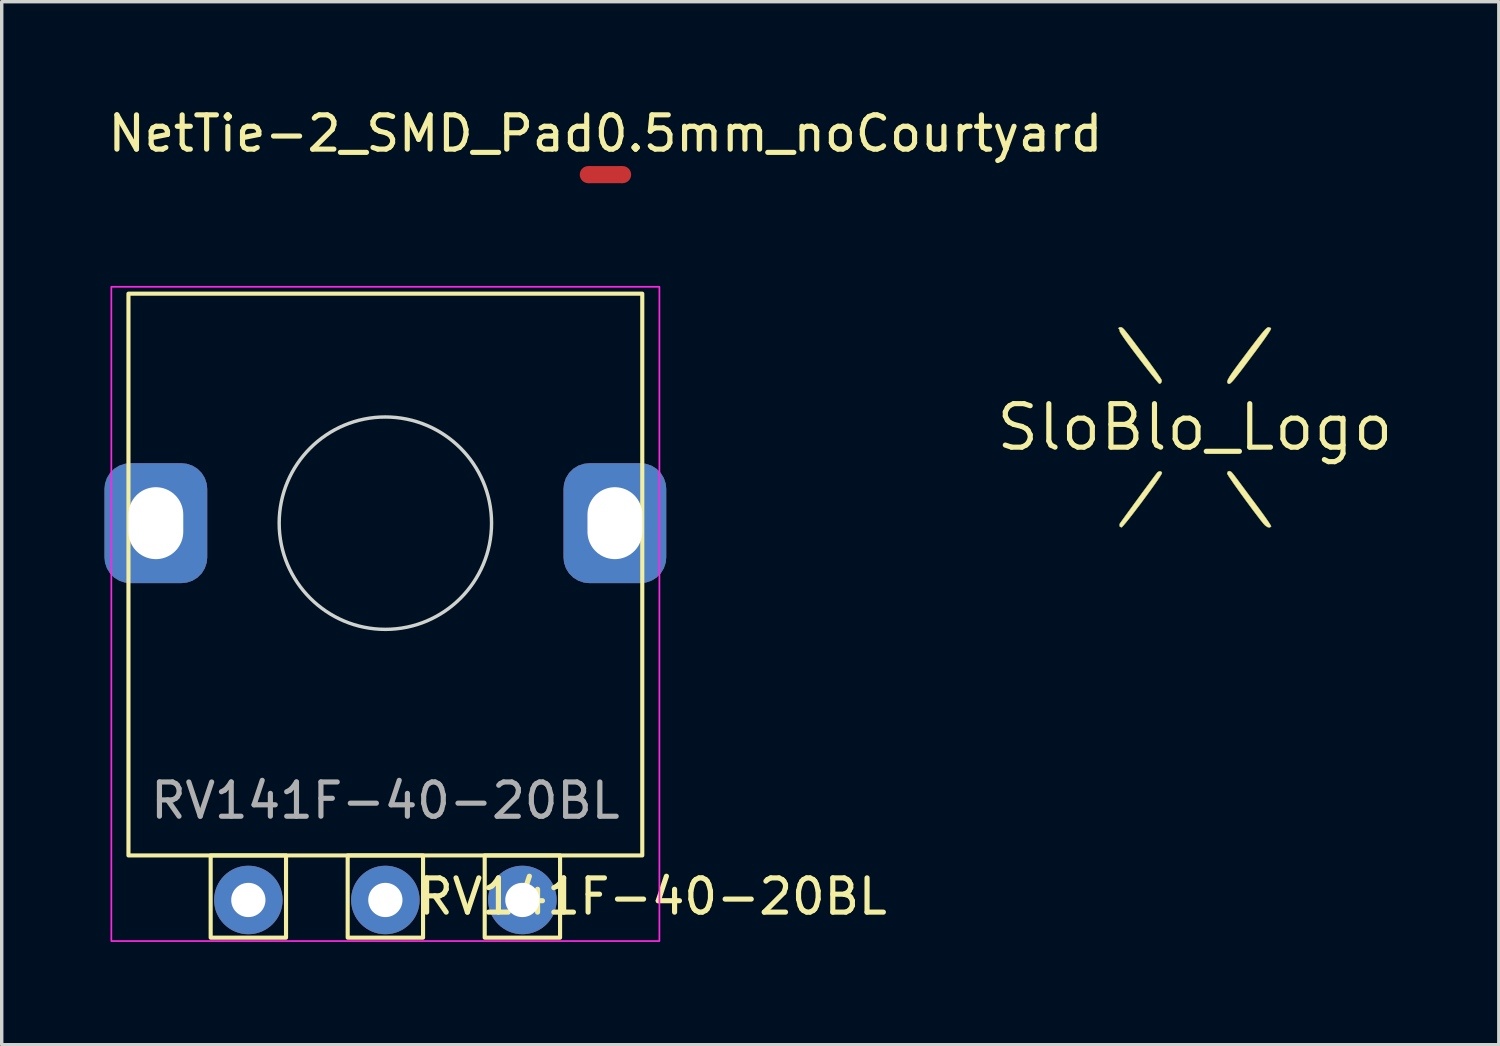
<source format=kicad_pcb>
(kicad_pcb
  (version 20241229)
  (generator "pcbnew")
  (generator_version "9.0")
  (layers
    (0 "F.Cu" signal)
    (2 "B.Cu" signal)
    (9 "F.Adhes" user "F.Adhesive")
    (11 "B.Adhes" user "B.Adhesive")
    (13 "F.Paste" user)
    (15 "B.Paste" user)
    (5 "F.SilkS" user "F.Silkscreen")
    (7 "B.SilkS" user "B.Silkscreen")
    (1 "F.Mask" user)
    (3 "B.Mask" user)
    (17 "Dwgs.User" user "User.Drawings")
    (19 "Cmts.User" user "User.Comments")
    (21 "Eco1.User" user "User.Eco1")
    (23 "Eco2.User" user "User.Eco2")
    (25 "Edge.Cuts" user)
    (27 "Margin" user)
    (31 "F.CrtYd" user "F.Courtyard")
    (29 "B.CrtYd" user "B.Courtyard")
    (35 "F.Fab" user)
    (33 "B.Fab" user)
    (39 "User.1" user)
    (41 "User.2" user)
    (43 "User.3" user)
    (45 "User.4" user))
  (footprint "SloBlo_Logo"
    (layer "F.Cu")
    (at 31.832 9.424)
    (property "Reference" "SloBlo_Logo" (at 0 0 0) (layer "F.SilkS") (effects (font (size 1.27 1.27) (thickness 0.15))))
    (attr through_hole)
    (fp_poly (pts (xy 0.156 0.762) (xy 0.563 0.762) (xy 0.563 1.295) (xy -0.53 1.295) (xy -0.53 -1.321) (xy 0.156 -1.321) (xy 0.156 0.762)) (stroke (width 0.01) (type solid)) (fill yes) (layer "F.Mask"))
    (fp_poly (pts (xy -0.022 -3.873) (xy -0.024 -3.76) (xy -0.031 -3.678) (xy -0.042 -3.636) (xy -0.047 -3.632) (xy -0.059 -3.608) (xy -0.067 -3.54) (xy -0.072 -3.435) (xy -0.072 -3.365) (xy -0.07 -3.243) (xy -0.064 -3.155) (xy -0.054 -3.106) (xy -0.047 -3.099) (xy -0.035 -3.075) (xy -0.026 -3.009) (xy -0.022 -2.911) (xy -0.022 -2.883) (xy -0.024 -2.778) (xy -0.032 -2.703) (xy -0.044 -2.668) (xy -0.047 -2.667) (xy -0.058 -2.642) (xy -0.066 -2.572) (xy -0.071 -2.461) (xy -0.072 -2.324) (xy -0.071 -2.179) (xy -0.065 -2.071) (xy -0.057 -2.003) (xy -0.047 -1.981) (xy -0.035 -1.957) (xy -0.026 -1.89) (xy -0.022 -1.788) (xy -0.022 -1.74) (xy -0.022 -1.499) (xy -0.784 -1.499) (xy -0.784 -4.115) (xy -0.022 -4.115) (xy -0.022 -3.873)) (stroke (width 0.01) (type solid)) (fill yes) (layer "F.Mask"))
    (fp_poly (pts (xy 2.016 0.435) (xy 2.019 0.591) (xy 2.024 0.704) (xy 2.03 0.781) (xy 2.039 0.83) (xy 2.051 0.858) (xy 2.067 0.873) (xy 2.103 0.889) (xy 2.131 0.882) (xy 2.152 0.847) (xy 2.166 0.779) (xy 2.176 0.672) (xy 2.182 0.523) (xy 2.185 0.431) (xy 2.194 0.025) (xy 2.874 0.025) (xy 2.874 0.389) (xy 2.871 0.585) (xy 2.861 0.74) (xy 2.841 0.862) (xy 2.809 0.96) (xy 2.762 1.042) (xy 2.699 1.119) (xy 2.67 1.148) (xy 2.547 1.246) (xy 2.42 1.305) (xy 2.414 1.307) (xy 2.27 1.335) (xy 2.106 1.345) (xy 1.942 1.337) (xy 1.796 1.311) (xy 1.741 1.294) (xy 1.643 1.245) (xy 1.548 1.18) (xy 1.515 1.151) (xy 1.452 1.084) (xy 1.405 1.017) (xy 1.37 0.94) (xy 1.345 0.845) (xy 1.328 0.722) (xy 1.316 0.563) (xy 1.31 0.438) (xy 1.292 0.025) (xy 2.009 0.025) (xy 2.016 0.435)) (stroke (width 0.01) (type solid)) (fill yes) (layer "F.Mask"))
    (fp_poly (pts (xy 2.285 -1.335) (xy 2.434 -1.3) (xy 2.562 -1.236) (xy 2.672 -1.146) (xy 2.742 -1.07) (xy 2.794 -0.991) (xy 2.831 -0.899) (xy 2.855 -0.786) (xy 2.868 -0.644) (xy 2.874 -0.463) (xy 2.874 -0.389) (xy 2.874 -0.025) (xy 2.192 -0.025) (xy 2.184 -0.431) (xy 2.179 -0.604) (xy 2.171 -0.731) (xy 2.159 -0.818) (xy 2.142 -0.869) (xy 2.118 -0.889) (xy 2.086 -0.884) (xy 2.067 -0.873) (xy 2.05 -0.857) (xy 2.038 -0.827) (xy 2.029 -0.776) (xy 2.023 -0.697) (xy 2.019 -0.582) (xy 2.016 -0.435) (xy 2.009 -0.025) (xy 1.291 -0.025) (xy 1.307 -0.437) (xy 1.313 -0.593) (xy 1.32 -0.708) (xy 1.328 -0.793) (xy 1.34 -0.857) (xy 1.357 -0.91) (xy 1.381 -0.963) (xy 1.394 -0.99) (xy 1.475 -1.114) (xy 1.582 -1.208) (xy 1.587 -1.212) (xy 1.695 -1.276) (xy 1.8 -1.316) (xy 1.92 -1.338) (xy 2.07 -1.346) (xy 2.101 -1.346) (xy 2.285 -1.335)) (stroke (width 0.01) (type solid)) (fill yes) (layer "F.Mask"))
    (fp_poly (pts (xy 0.135 1.463) (xy 0.251 1.491) (xy 0.375 1.537) (xy 0.49 1.595) (xy 0.578 1.655) (xy 0.597 1.672) (xy 0.646 1.736) (xy 0.697 1.821) (xy 0.72 1.867) (xy 0.736 1.903) (xy 0.749 1.939) (xy 0.759 1.979) (xy 0.766 2.031) (xy 0.772 2.1) (xy 0.775 2.193) (xy 0.777 2.314) (xy 0.778 2.47) (xy 0.778 2.667) (xy 0.778 2.819) (xy 0.778 3.047) (xy 0.778 3.23) (xy 0.776 3.374) (xy 0.773 3.485) (xy 0.769 3.568) (xy 0.763 3.63) (xy 0.755 3.677) (xy 0.744 3.715) (xy 0.731 3.748) (xy 0.725 3.759) (xy 0.627 3.915) (xy 0.493 4.035) (xy 0.329 4.118) (xy 0.156 4.158) (xy 0.029 4.173) (xy 0.029 3.933) (xy 0.032 3.826) (xy 0.039 3.737) (xy 0.049 3.68) (xy 0.055 3.667) (xy 0.061 3.636) (xy 0.065 3.562) (xy 0.068 3.449) (xy 0.07 3.305) (xy 0.071 3.137) (xy 0.071 2.95) (xy 0.069 2.752) (xy 0.067 2.549) (xy 0.063 2.347) (xy 0.059 2.154) (xy 0.053 1.975) (xy 0.047 1.817) (xy 0.041 1.708) (xy 0.026 1.447) (xy 0.135 1.463)) (stroke (width 0.01) (type solid)) (fill yes) (layer "F.Mask"))
    (fp_poly (pts (xy -2.083 -1.342) (xy -1.911 -1.317) (xy -1.756 -1.27) (xy -1.629 -1.202) (xy -1.559 -1.139) (xy -1.5 -1.046) (xy -1.463 -0.93) (xy -1.446 -0.779) (xy -1.444 -0.692) (xy -1.444 -0.508) (xy -2.072 -0.508) (xy -2.095 -0.692) (xy -2.109 -0.79) (xy -2.124 -0.848) (xy -2.145 -0.877) (xy -2.166 -0.885) (xy -2.219 -0.874) (xy -2.249 -0.849) (xy -2.273 -0.784) (xy -2.281 -0.693) (xy -2.271 -0.6) (xy -2.25 -0.536) (xy -2.218 -0.5) (xy -2.152 -0.444) (xy -2.061 -0.375) (xy -1.954 -0.299) (xy -1.928 -0.282) (xy -1.821 -0.209) (xy -1.731 -0.144) (xy -1.664 -0.093) (xy -1.63 -0.061) (xy -1.628 -0.057) (xy -1.635 -0.046) (xy -1.668 -0.038) (xy -1.732 -0.032) (xy -1.832 -0.028) (xy -1.973 -0.026) (xy -2.159 -0.025) (xy -2.164 -0.025) (xy -2.709 -0.025) (xy -2.779 -0.108) (xy -2.842 -0.193) (xy -2.885 -0.278) (xy -2.911 -0.377) (xy -2.924 -0.503) (xy -2.926 -0.635) (xy -2.92 -0.815) (xy -2.897 -0.956) (xy -2.853 -1.066) (xy -2.787 -1.154) (xy -2.714 -1.216) (xy -2.587 -1.283) (xy -2.432 -1.326) (xy -2.26 -1.346) (xy -2.083 -1.342)) (stroke (width 0.01) (type solid)) (fill yes) (layer "F.Mask"))
    (fp_poly (pts (xy -1.464 0.133) (xy -1.439 0.19) (xy -1.421 0.253) (xy -1.41 0.334) (xy -1.402 0.445) (xy -1.398 0.547) (xy -1.396 0.729) (xy -1.405 0.87) (xy -1.425 0.978) (xy -1.46 1.061) (xy -1.51 1.129) (xy -1.519 1.138) (xy -1.622 1.223) (xy -1.739 1.282) (xy -1.88 1.319) (xy -2.057 1.337) (xy -2.104 1.339) (xy -2.231 1.342) (xy -2.322 1.339) (xy -2.394 1.329) (xy -2.461 1.309) (xy -2.52 1.285) (xy -2.656 1.217) (xy -2.757 1.137) (xy -2.829 1.037) (xy -2.876 0.908) (xy -2.903 0.744) (xy -2.912 0.616) (xy -2.924 0.356) (xy -2.257 0.356) (xy -2.257 0.582) (xy -2.255 0.713) (xy -2.249 0.8) (xy -2.235 0.854) (xy -2.211 0.88) (xy -2.175 0.889) (xy -2.166 0.889) (xy -2.107 0.87) (xy -2.071 0.811) (xy -2.056 0.711) (xy -2.058 0.62) (xy -2.066 0.539) (xy -2.081 0.475) (xy -2.111 0.42) (xy -2.162 0.365) (xy -2.241 0.302) (xy -2.355 0.223) (xy -2.39 0.199) (xy -2.481 0.137) (xy -2.555 0.085) (xy -2.601 0.049) (xy -2.612 0.037) (xy -2.588 0.034) (xy -2.521 0.031) (xy -2.417 0.028) (xy -2.284 0.026) (xy -2.13 0.025) (xy -2.067 0.025) (xy -1.521 0.025) (xy -1.464 0.133)) (stroke (width 0.01) (type solid)) (fill yes) (layer "F.Mask"))
    (fp_poly (pts (xy -0.041 1.464) (xy -0.029 1.496) (xy -0.023 1.564) (xy -0.021 1.654) (xy -0.023 1.752) (xy -0.03 1.844) (xy -0.04 1.915) (xy -0.053 1.952) (xy -0.063 1.974) (xy -0.07 2.022) (xy -0.076 2.1) (xy -0.08 2.212) (xy -0.083 2.363) (xy -0.085 2.555) (xy -0.085 2.794) (xy -0.085 2.819) (xy -0.085 3.063) (xy -0.083 3.26) (xy -0.08 3.414) (xy -0.076 3.53) (xy -0.071 3.611) (xy -0.063 3.662) (xy -0.054 3.686) (xy -0.053 3.687) (xy -0.035 3.733) (xy -0.025 3.826) (xy -0.022 3.942) (xy -0.022 4.166) (xy -0.104 4.165) (xy -0.177 4.156) (xy -0.269 4.134) (xy -0.317 4.119) (xy -0.448 4.066) (xy -0.544 4.005) (xy -0.624 3.925) (xy -0.656 3.883) (xy -0.69 3.831) (xy -0.719 3.776) (xy -0.741 3.713) (xy -0.757 3.635) (xy -0.769 3.538) (xy -0.777 3.415) (xy -0.781 3.261) (xy -0.782 3.069) (xy -0.78 2.835) (xy -0.779 2.731) (xy -0.777 2.509) (xy -0.774 2.332) (xy -0.771 2.194) (xy -0.767 2.089) (xy -0.762 2.01) (xy -0.755 1.953) (xy -0.745 1.911) (xy -0.733 1.877) (xy -0.718 1.846) (xy -0.716 1.841) (xy -0.632 1.721) (xy -0.522 1.614) (xy -0.414 1.542) (xy -0.351 1.517) (xy -0.266 1.493) (xy -0.177 1.474) (xy -0.099 1.462) (xy -0.048 1.462) (xy -0.041 1.464)) (stroke (width 0.01) (type solid)) (fill yes) (layer "F.Mask"))
    (fp_poly (pts (xy 0.15 -4.103) (xy 0.297 -4.077) (xy 0.407 -4.045) (xy 0.494 -4) (xy 0.563 -3.947) (xy 0.65 -3.848) (xy 0.708 -3.731) (xy 0.742 -3.586) (xy 0.753 -3.404) (xy 0.753 -3.391) (xy 0.748 -3.241) (xy 0.729 -3.132) (xy 0.693 -3.053) (xy 0.636 -2.995) (xy 0.575 -2.959) (xy 0.474 -2.907) (xy 0.574 -2.857) (xy 0.649 -2.81) (xy 0.71 -2.756) (xy 0.721 -2.742) (xy 0.758 -2.661) (xy 0.786 -2.542) (xy 0.804 -2.398) (xy 0.812 -2.24) (xy 0.809 -2.08) (xy 0.794 -1.932) (xy 0.769 -1.806) (xy 0.753 -1.759) (xy 0.71 -1.679) (xy 0.655 -1.614) (xy 0.639 -1.6) (xy 0.572 -1.569) (xy 0.468 -1.54) (xy 0.344 -1.517) (xy 0.213 -1.503) (xy 0.124 -1.499) (xy 0.029 -1.499) (xy 0.029 -1.742) (xy 0.032 -1.868) (xy 0.039 -1.952) (xy 0.054 -2.004) (xy 0.067 -2.023) (xy 0.086 -2.055) (xy 0.098 -2.114) (xy 0.104 -2.207) (xy 0.105 -2.323) (xy 0.104 -2.451) (xy 0.097 -2.536) (xy 0.086 -2.589) (xy 0.067 -2.616) (xy 0.046 -2.66) (xy 0.033 -2.739) (xy 0.028 -2.839) (xy 0.03 -2.946) (xy 0.041 -3.045) (xy 0.059 -3.122) (xy 0.067 -3.14) (xy 0.091 -3.214) (xy 0.103 -3.313) (xy 0.105 -3.42) (xy 0.095 -3.517) (xy 0.075 -3.585) (xy 0.068 -3.596) (xy 0.048 -3.644) (xy 0.035 -3.728) (xy 0.03 -3.854) (xy 0.03 -3.883) (xy 0.029 -4.121) (xy 0.15 -4.103)) (stroke (width 0.01) (type solid)) (fill yes) (layer "F.Mask"))
    (fp_poly (pts (xy -0.993 1.288) (xy -0.964 1.318) (xy -0.961 1.333) (xy -0.976 1.367) (xy -1.018 1.436) (xy -1.082 1.532) (xy -1.165 1.652) (xy -1.263 1.789) (xy -1.371 1.938) (xy -1.485 2.094) (xy -1.602 2.251) (xy -1.718 2.403) (xy -1.827 2.546) (xy -1.927 2.673) (xy -2.013 2.78) (xy -2.08 2.86) (xy -2.126 2.909) (xy -2.144 2.921) (xy -2.186 2.901) (xy -2.196 2.884) (xy -2.197 2.831) (xy -2.19 2.814) (xy -2.166 2.779) (xy -2.117 2.71) (xy -2.047 2.613) (xy -1.959 2.492) (xy -1.859 2.355) (xy -1.751 2.206) (xy -1.638 2.053) (xy -1.526 1.899) (xy -1.417 1.752) (xy -1.318 1.617) (xy -1.231 1.5) (xy -1.161 1.406) (xy -1.113 1.342) (xy -1.09 1.314) (xy -1.09 1.313) (xy -1.041 1.286) (xy -0.993 1.288)) (stroke (width 0.01) (type solid)) (fill yes) (layer "F.SilkS"))
    (fp_poly (pts (xy 1.058 1.299) (xy 1.071 1.311) (xy 1.108 1.353) (xy 1.164 1.423) (xy 1.229 1.51) (xy 1.253 1.542) (xy 1.305 1.612) (xy 1.382 1.716) (xy 1.477 1.844) (xy 1.586 1.991) (xy 1.703 2.148) (xy 1.815 2.298) (xy 1.925 2.447) (xy 2.024 2.583) (xy 2.107 2.701) (xy 2.171 2.796) (xy 2.212 2.862) (xy 2.227 2.894) (xy 2.227 2.895) (xy 2.184 2.924) (xy 2.123 2.913) (xy 2.053 2.866) (xy 2.003 2.813) (xy 1.916 2.704) (xy 1.816 2.574) (xy 1.706 2.429) (xy 1.591 2.274) (xy 1.474 2.115) (xy 1.359 1.957) (xy 1.251 1.806) (xy 1.152 1.668) (xy 1.069 1.547) (xy 1.003 1.45) (xy 0.96 1.383) (xy 0.944 1.349) (xy 0.944 1.348) (xy 0.961 1.295) (xy 1.004 1.277) (xy 1.058 1.299)) (stroke (width 0.01) (type solid)) (fill yes) (layer "F.SilkS"))
    (fp_poly (pts (xy 2.202 -2.906) (xy 2.223 -2.883) (xy 2.212 -2.852) (xy 2.171 -2.784) (xy 2.102 -2.68) (xy 2.007 -2.545) (xy 1.887 -2.379) (xy 1.745 -2.186) (xy 1.739 -2.179) (xy 1.573 -1.957) (xy 1.435 -1.772) (xy 1.321 -1.622) (xy 1.229 -1.504) (xy 1.157 -1.413) (xy 1.1 -1.348) (xy 1.057 -1.304) (xy 1.025 -1.278) (xy 1.001 -1.268) (xy 0.982 -1.271) (xy 0.966 -1.282) (xy 0.961 -1.287) (xy 0.947 -1.312) (xy 0.949 -1.349) (xy 0.97 -1.402) (xy 1.012 -1.476) (xy 1.078 -1.576) (xy 1.17 -1.705) (xy 1.29 -1.868) (xy 1.316 -1.903) (xy 1.491 -2.136) (xy 1.638 -2.332) (xy 1.761 -2.493) (xy 1.861 -2.623) (xy 1.942 -2.724) (xy 2.006 -2.801) (xy 2.055 -2.855) (xy 2.093 -2.891) (xy 2.121 -2.912) (xy 2.143 -2.92) (xy 2.151 -2.921) (xy 2.202 -2.906)) (stroke (width 0.01) (type solid)) (fill yes) (layer "F.SilkS"))
    (fp_poly (pts (xy -2.154 -2.92) (xy -2.136 -2.915) (xy -2.115 -2.902) (xy -2.087 -2.878) (xy -2.051 -2.839) (xy -2.003 -2.781) (xy -1.939 -2.701) (xy -1.858 -2.595) (xy -1.755 -2.46) (xy -1.628 -2.291) (xy -1.473 -2.086) (xy -1.462 -2.071) (xy -1.343 -1.912) (xy -1.235 -1.763) (xy -1.139 -1.631) (xy -1.062 -1.521) (xy -1.005 -1.437) (xy -0.974 -1.386) (xy -0.97 -1.375) (xy -0.974 -1.318) (xy -1.007 -1.278) (xy -1.038 -1.272) (xy -1.057 -1.291) (xy -1.102 -1.343) (xy -1.167 -1.422) (xy -1.246 -1.52) (xy -1.295 -1.582) (xy -1.456 -1.787) (xy -1.608 -1.984) (xy -1.749 -2.17) (xy -1.876 -2.339) (xy -1.986 -2.489) (xy -2.075 -2.614) (xy -2.142 -2.713) (xy -2.183 -2.779) (xy -2.195 -2.81) (xy -2.195 -2.811) (xy -2.198 -2.849) (xy -2.207 -2.858) (xy -2.231 -2.889) (xy -2.212 -2.914) (xy -2.172 -2.921) (xy -2.154 -2.92)) (stroke (width 0.01) (type solid)) (fill yes) (layer "F.SilkS")))
  (footprint "RV141F-40-20BL"
    (layer "F.Cu")
    (at 8.2 12.223)
    (property "Reference" "RV141F-40-20BL" (at 7.8 10.9 0) (unlocked yes) (layer "F.SilkS") (effects (font (size 1 1) (thickness 0.15))))
    (attr through_hole)
    (fp_rect (start -7.5 -6.7) (end 7.5 9.7) (stroke (width 0.12) (type solid)) (fill no) (layer "F.SilkS"))
    (fp_rect (start -5.1 9.7) (end -2.9 12.1) (stroke (width 0.12) (type solid)) (fill no) (layer "F.SilkS"))
    (fp_rect (start -1.1 9.7) (end 1.1 12.1) (stroke (width 0.12) (type solid)) (fill no) (layer "F.SilkS"))
    (fp_rect (start 2.9 9.7) (end 5.1 12.1) (stroke (width 0.12) (type solid)) (fill no) (layer "F.SilkS"))
    (fp_circle (center 0 0) (end 3.1 0) (stroke (width 0.1) (type solid)) (fill no) (layer "Edge.Cuts"))
    (fp_rect (start -8 -6.9) (end 8 12.2) (stroke (width 0.05) (type solid)) (fill no) (layer "F.CrtYd"))
    (fp_text user "${REFERENCE}" (at 0 8.1 0) (unlocked yes) (layer "F.Fab") (effects (font (size 1 1) (thickness 0.15))))
    (pad "1" thru_hole circle (at -4 11) (size 2 2) (drill 1) (layers "*.Cu" "*.Mask"))
    (pad "2" thru_hole circle (at 0 11) (size 2 2) (drill 1) (layers "*.Cu" "*.Mask"))
    (pad "3" thru_hole circle (at 4 11) (size 2 2) (drill 1) (layers "*.Cu" "*.Mask"))
    (pad "4" thru_hole roundrect (at -6.7 0) (size 3 3.5) (drill oval 1.6 2.1) (layers "*.Cu" "*.Mask") (roundrect_rratio 0.25))
    (pad "5" thru_hole roundrect (at 6.7 0) (size 3 3.5) (drill oval 1.6 2.1) (layers "*.Cu" "*.Mask") (roundrect_rratio 0.25)))
  (footprint "NetTie-2_SMD_Pad0.5mm_noCourtyard"
    (layer "F.Cu")
    (at 14.625 2.048)
    (property "Reference" "NetTie-2_SMD_Pad0.5mm_noCourtyard" (at 0 -1.2 0) (layer "F.SilkS") (effects (font (size 1 1) (thickness 0.15))))
    (attr exclude_from_pos_files exclude_from_bom)
    (fp_poly (pts (xy -0.5 -0.25) (xy 0.5 -0.25) (xy 0.5 0.25) (xy -0.5 0.25)) (stroke (width 0) (type solid)) (fill yes) (layer "F.Cu"))
    (pad "1" smd circle (at -0.5 0) (size 0.5 0.5) (layers "F.Cu"))
    (pad "2" smd circle (at 0.5 0) (size 0.5 0.5) (layers "F.Cu")))
  (gr_rect
    (start -3 -3)
    (end 40.705 27.448)
    (stroke (width 0.1) (type default))
    (fill no)
    (layer "Edge.Cuts")))
</source>
